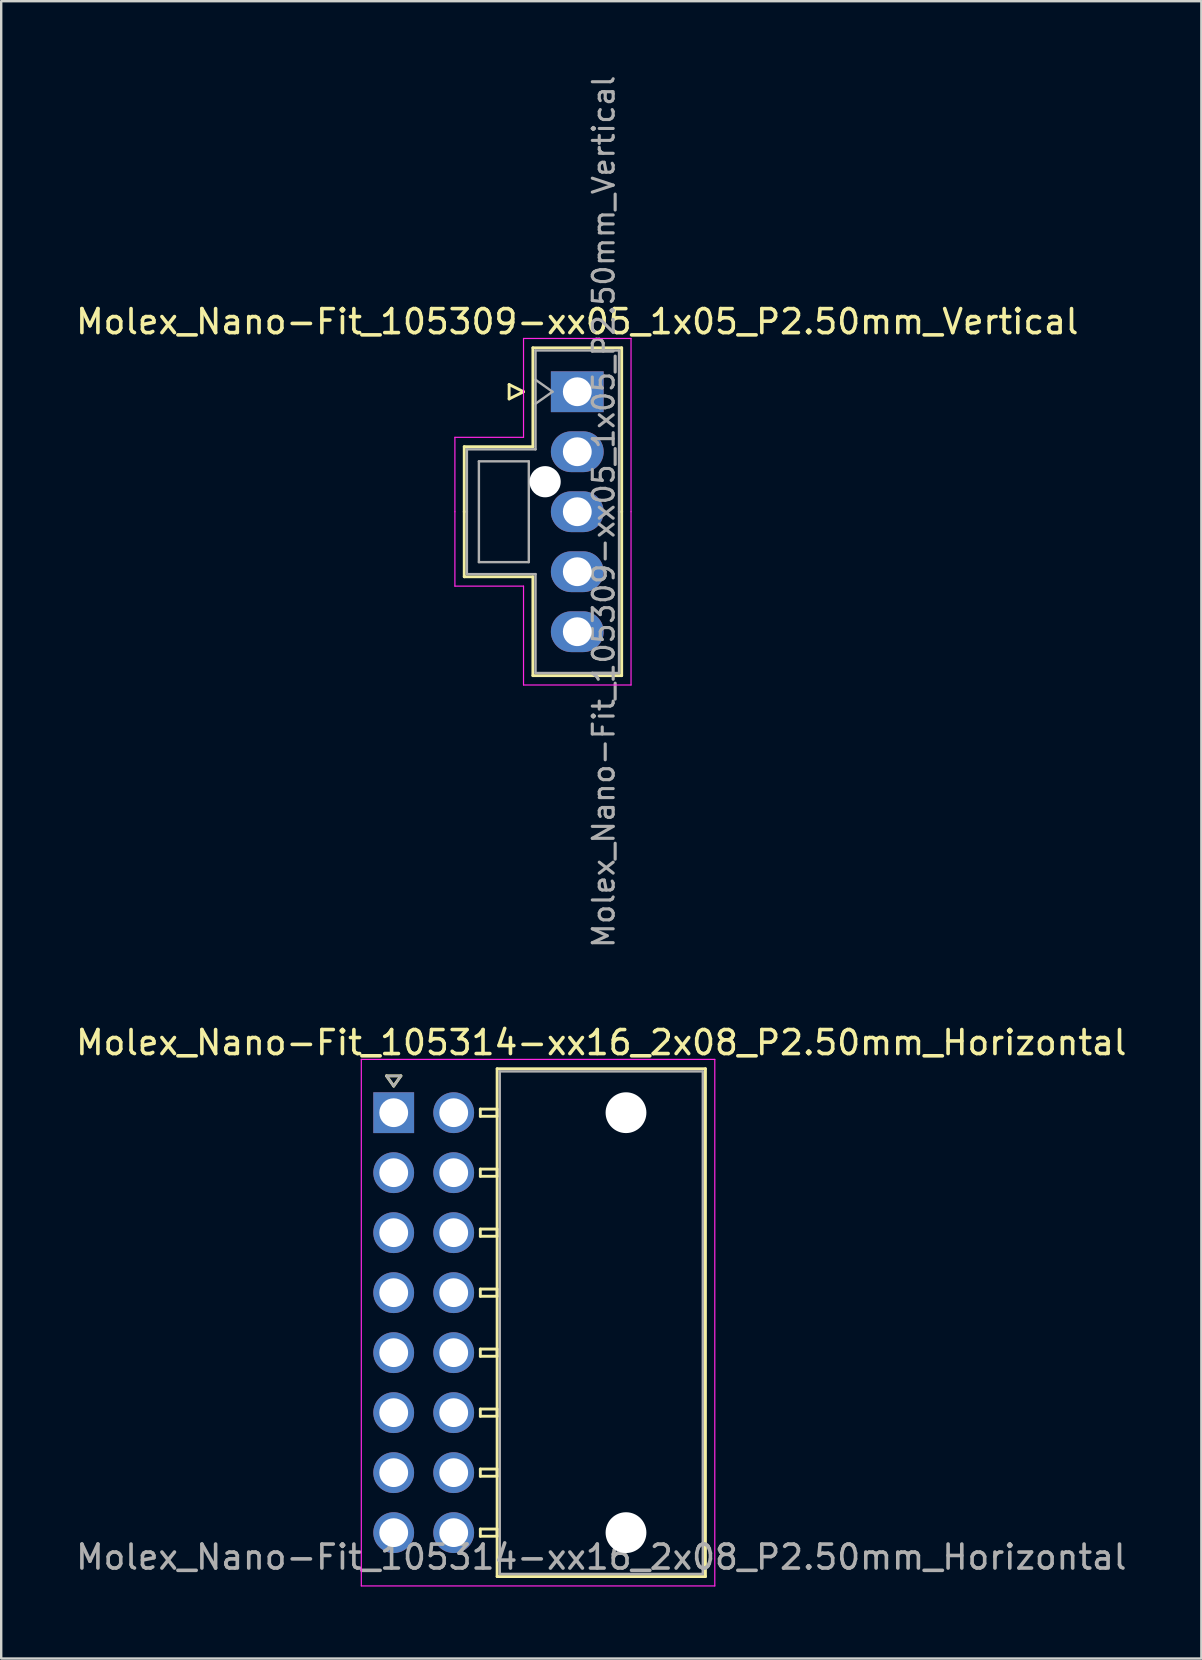
<source format=kicad_pcb>
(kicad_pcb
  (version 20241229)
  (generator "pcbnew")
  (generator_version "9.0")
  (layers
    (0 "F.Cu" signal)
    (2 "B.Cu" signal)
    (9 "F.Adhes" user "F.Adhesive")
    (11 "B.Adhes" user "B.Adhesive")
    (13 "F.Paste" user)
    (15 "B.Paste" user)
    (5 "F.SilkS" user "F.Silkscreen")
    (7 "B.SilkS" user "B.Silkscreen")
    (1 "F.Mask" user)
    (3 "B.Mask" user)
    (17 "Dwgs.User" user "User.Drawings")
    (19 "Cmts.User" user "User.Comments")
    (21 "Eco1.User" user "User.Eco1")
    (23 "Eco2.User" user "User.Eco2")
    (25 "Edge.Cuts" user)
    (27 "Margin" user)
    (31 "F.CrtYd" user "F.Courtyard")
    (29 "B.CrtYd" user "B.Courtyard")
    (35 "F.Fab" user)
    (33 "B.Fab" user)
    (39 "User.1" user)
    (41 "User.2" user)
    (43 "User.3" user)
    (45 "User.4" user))
  (footprint "Molex_Nano-Fit_105314-xx16_2x08_P2.50mm_Horizontal"
    (layer "F.Cu")
    (at 13.356 43.317)
    (property "Reference" "Molex_Nano-Fit_105314-xx16_2x08_P2.50mm_Horizontal" (at 8.65 -2.92 0) (layer "F.SilkS") (effects (font (size 1 1) (thickness 0.15))))
    (attr through_hole)
    (fp_line (start -0.3 -1.534) (end 0 -1.11) (stroke (width 0.12) (type solid)) (layer "F.SilkS"))
    (fp_line (start 0 -1.11) (end 0.3 -1.534) (stroke (width 0.12) (type solid)) (layer "F.SilkS"))
    (fp_line (start 0.3 -1.534) (end -0.3 -1.534) (stroke (width 0.12) (type solid)) (layer "F.SilkS"))
    (fp_line (start 3.61 -0.15) (end 3.61 0.15) (stroke (width 0.12) (type solid)) (layer "F.SilkS"))
    (fp_line (start 3.61 0.15) (end 4.31 0.15) (stroke (width 0.12) (type solid)) (layer "F.SilkS"))
    (fp_line (start 3.61 2.35) (end 3.61 2.65) (stroke (width 0.12) (type solid)) (layer "F.SilkS"))
    (fp_line (start 3.61 2.65) (end 4.31 2.65) (stroke (width 0.12) (type solid)) (layer "F.SilkS"))
    (fp_line (start 3.61 4.85) (end 3.61 5.15) (stroke (width 0.12) (type solid)) (layer "F.SilkS"))
    (fp_line (start 3.61 5.15) (end 4.31 5.15) (stroke (width 0.12) (type solid)) (layer "F.SilkS"))
    (fp_line (start 3.61 7.35) (end 3.61 7.65) (stroke (width 0.12) (type solid)) (layer "F.SilkS"))
    (fp_line (start 3.61 7.65) (end 4.31 7.65) (stroke (width 0.12) (type solid)) (layer "F.SilkS"))
    (fp_line (start 3.61 9.85) (end 3.61 10.15) (stroke (width 0.12) (type solid)) (layer "F.SilkS"))
    (fp_line (start 3.61 10.15) (end 4.31 10.15) (stroke (width 0.12) (type solid)) (layer "F.SilkS"))
    (fp_line (start 3.61 12.35) (end 3.61 12.65) (stroke (width 0.12) (type solid)) (layer "F.SilkS"))
    (fp_line (start 3.61 12.65) (end 4.31 12.65) (stroke (width 0.12) (type solid)) (layer "F.SilkS"))
    (fp_line (start 3.61 14.85) (end 3.61 15.15) (stroke (width 0.12) (type solid)) (layer "F.SilkS"))
    (fp_line (start 3.61 15.15) (end 4.31 15.15) (stroke (width 0.12) (type solid)) (layer "F.SilkS"))
    (fp_line (start 3.61 17.35) (end 3.61 17.65) (stroke (width 0.12) (type solid)) (layer "F.SilkS"))
    (fp_line (start 3.61 17.65) (end 4.31 17.65) (stroke (width 0.12) (type solid)) (layer "F.SilkS"))
    (fp_line (start 4.31 -1.83) (end 4.31 19.33) (stroke (width 0.12) (type solid)) (layer "F.SilkS"))
    (fp_line (start 4.31 -0.15) (end 3.61 -0.15) (stroke (width 0.12) (type solid)) (layer "F.SilkS"))
    (fp_line (start 4.31 0.15) (end 4.31 -0.15) (stroke (width 0.12) (type solid)) (layer "F.SilkS"))
    (fp_line (start 4.31 2.35) (end 3.61 2.35) (stroke (width 0.12) (type solid)) (layer "F.SilkS"))
    (fp_line (start 4.31 2.65) (end 4.31 2.35) (stroke (width 0.12) (type solid)) (layer "F.SilkS"))
    (fp_line (start 4.31 4.85) (end 3.61 4.85) (stroke (width 0.12) (type solid)) (layer "F.SilkS"))
    (fp_line (start 4.31 5.15) (end 4.31 4.85) (stroke (width 0.12) (type solid)) (layer "F.SilkS"))
    (fp_line (start 4.31 7.35) (end 3.61 7.35) (stroke (width 0.12) (type solid)) (layer "F.SilkS"))
    (fp_line (start 4.31 7.65) (end 4.31 7.35) (stroke (width 0.12) (type solid)) (layer "F.SilkS"))
    (fp_line (start 4.31 9.85) (end 3.61 9.85) (stroke (width 0.12) (type solid)) (layer "F.SilkS"))
    (fp_line (start 4.31 10.15) (end 4.31 9.85) (stroke (width 0.12) (type solid)) (layer "F.SilkS"))
    (fp_line (start 4.31 12.35) (end 3.61 12.35) (stroke (width 0.12) (type solid)) (layer "F.SilkS"))
    (fp_line (start 4.31 12.65) (end 4.31 12.35) (stroke (width 0.12) (type solid)) (layer "F.SilkS"))
    (fp_line (start 4.31 14.85) (end 3.61 14.85) (stroke (width 0.12) (type solid)) (layer "F.SilkS"))
    (fp_line (start 4.31 15.15) (end 4.31 14.85) (stroke (width 0.12) (type solid)) (layer "F.SilkS"))
    (fp_line (start 4.31 17.35) (end 3.61 17.35) (stroke (width 0.12) (type solid)) (layer "F.SilkS"))
    (fp_line (start 4.31 17.65) (end 4.31 17.35) (stroke (width 0.12) (type solid)) (layer "F.SilkS"))
    (fp_line (start 4.31 19.33) (end 12.99 19.33) (stroke (width 0.12) (type solid)) (layer "F.SilkS"))
    (fp_line (start 12.99 -1.83) (end 4.31 -1.83) (stroke (width 0.12) (type solid)) (layer "F.SilkS"))
    (fp_line (start 12.99 19.33) (end 12.99 -1.83) (stroke (width 0.12) (type solid)) (layer "F.SilkS"))
    (fp_line (start -1.35 -2.22) (end -1.35 19.72) (stroke (width 0.05) (type solid)) (layer "F.CrtYd"))
    (fp_line (start -1.35 19.72) (end 13.38 19.72) (stroke (width 0.05) (type solid)) (layer "F.CrtYd"))
    (fp_line (start 13.38 -2.22) (end -1.35 -2.22) (stroke (width 0.05) (type solid)) (layer "F.CrtYd"))
    (fp_line (start 13.38 19.72) (end 13.38 -2.22) (stroke (width 0.05) (type solid)) (layer "F.CrtYd"))
    (fp_line (start -0.3 -1.534) (end 0 -1.11) (stroke (width 0.1) (type solid)) (layer "F.Fab"))
    (fp_line (start 0 -1.11) (end 0.3 -1.534) (stroke (width 0.1) (type solid)) (layer "F.Fab"))
    (fp_line (start 0.3 -1.534) (end -0.3 -1.534) (stroke (width 0.1) (type solid)) (layer "F.Fab"))
    (fp_line (start 4.42 -1.72) (end 4.42 19.22) (stroke (width 0.1) (type solid)) (layer "F.Fab"))
    (fp_line (start 4.42 19.22) (end 12.88 19.22) (stroke (width 0.1) (type solid)) (layer "F.Fab"))
    (fp_line (start 12.88 -1.72) (end 4.42 -1.72) (stroke (width 0.1) (type solid)) (layer "F.Fab"))
    (fp_line (start 12.88 19.22) (end 12.88 -1.72) (stroke (width 0.1) (type solid)) (layer "F.Fab"))
    (fp_text user "${REFERENCE}" (at 8.65 18.52 0) (layer "F.Fab") (effects (font (size 1 1) (thickness 0.15))))
    (pad "" np_thru_hole circle (at 9.68 0) (size 1.7 1.7) (drill 1.7) (layers "*.Cu" "*.Mask"))
    (pad "" np_thru_hole circle (at 9.68 17.5) (size 1.7 1.7) (drill 1.7) (layers "*.Cu" "*.Mask"))
    (pad "1" thru_hole rect (at 0 0) (size 1.7 1.7) (drill 1.2) (layers "*.Cu" "*.Mask"))
    (pad "2" thru_hole circle (at 0 2.5) (size 1.7 1.7) (drill 1.2) (layers "*.Cu" "*.Mask"))
    (pad "3" thru_hole circle (at 0 5) (size 1.7 1.7) (drill 1.2) (layers "*.Cu" "*.Mask"))
    (pad "4" thru_hole circle (at 0 7.5) (size 1.7 1.7) (drill 1.2) (layers "*.Cu" "*.Mask"))
    (pad "5" thru_hole circle (at 0 10) (size 1.7 1.7) (drill 1.2) (layers "*.Cu" "*.Mask"))
    (pad "6" thru_hole circle (at 0 12.5) (size 1.7 1.7) (drill 1.2) (layers "*.Cu" "*.Mask"))
    (pad "7" thru_hole circle (at 0 15) (size 1.7 1.7) (drill 1.2) (layers "*.Cu" "*.Mask"))
    (pad "8" thru_hole circle (at 0 17.5) (size 1.7 1.7) (drill 1.2) (layers "*.Cu" "*.Mask"))
    (pad "9" thru_hole circle (at 2.5 0) (size 1.7 1.7) (drill 1.2) (layers "*.Cu" "*.Mask"))
    (pad "10" thru_hole circle (at 2.5 2.5) (size 1.7 1.7) (drill 1.2) (layers "*.Cu" "*.Mask"))
    (pad "11" thru_hole circle (at 2.5 5) (size 1.7 1.7) (drill 1.2) (layers "*.Cu" "*.Mask"))
    (pad "12" thru_hole circle (at 2.5 7.5) (size 1.7 1.7) (drill 1.2) (layers "*.Cu" "*.Mask"))
    (pad "13" thru_hole circle (at 2.5 10) (size 1.7 1.7) (drill 1.2) (layers "*.Cu" "*.Mask"))
    (pad "14" thru_hole circle (at 2.5 12.5) (size 1.7 1.7) (drill 1.2) (layers "*.Cu" "*.Mask"))
    (pad "15" thru_hole circle (at 2.5 15) (size 1.7 1.7) (drill 1.2) (layers "*.Cu" "*.Mask"))
    (pad "16" thru_hole circle (at 2.5 17.5) (size 1.7 1.7) (drill 1.2) (layers "*.Cu" "*.Mask")))
  (footprint "Molex_Nano-Fit_105309-xx05_1x05_P2.50mm_Vertical"
    (layer "F.Cu")
    (at 21.006 13.274)
    (property "Reference" "Molex_Nano-Fit_105309-xx05_1x05_P2.50mm_Vertical" (at 0 -2.92 0) (layer "F.SilkS") (effects (font (size 1 1) (thickness 0.15))))
    (attr through_hole)
    (fp_line (start -4.71 2.29) (end -4.71 5) (stroke (width 0.12) (type solid)) (layer "F.SilkS"))
    (fp_line (start -4.71 7.71) (end -4.71 5) (stroke (width 0.12) (type solid)) (layer "F.SilkS"))
    (fp_line (start -2.84 -0.3) (end -2.24 0) (stroke (width 0.12) (type solid)) (layer "F.SilkS"))
    (fp_line (start -2.84 0.3) (end -2.84 -0.3) (stroke (width 0.12) (type solid)) (layer "F.SilkS"))
    (fp_line (start -2.24 0) (end -2.84 0.3) (stroke (width 0.12) (type solid)) (layer "F.SilkS"))
    (fp_line (start -1.85 -1.83) (end -1.85 2.29) (stroke (width 0.12) (type solid)) (layer "F.SilkS"))
    (fp_line (start -1.85 2.29) (end -4.71 2.29) (stroke (width 0.12) (type solid)) (layer "F.SilkS"))
    (fp_line (start -1.85 7.71) (end -4.71 7.71) (stroke (width 0.12) (type solid)) (layer "F.SilkS"))
    (fp_line (start -1.85 11.83) (end -1.85 7.71) (stroke (width 0.12) (type solid)) (layer "F.SilkS"))
    (fp_line (start 1.85 -1.83) (end -1.85 -1.83) (stroke (width 0.12) (type solid)) (layer "F.SilkS"))
    (fp_line (start 1.85 5) (end 1.85 -1.83) (stroke (width 0.12) (type solid)) (layer "F.SilkS"))
    (fp_line (start 1.85 5) (end 1.85 11.83) (stroke (width 0.12) (type solid)) (layer "F.SilkS"))
    (fp_line (start 1.85 11.83) (end -1.85 11.83) (stroke (width 0.12) (type solid)) (layer "F.SilkS"))
    (fp_line (start -5.1 1.9) (end -5.1 5) (stroke (width 0.05) (type solid)) (layer "F.CrtYd"))
    (fp_line (start -5.1 8.1) (end -5.1 5) (stroke (width 0.05) (type solid)) (layer "F.CrtYd"))
    (fp_line (start -2.24 -2.22) (end -2.24 1.9) (stroke (width 0.05) (type solid)) (layer "F.CrtYd"))
    (fp_line (start -2.24 1.9) (end -5.1 1.9) (stroke (width 0.05) (type solid)) (layer "F.CrtYd"))
    (fp_line (start -2.24 8.1) (end -5.1 8.1) (stroke (width 0.05) (type solid)) (layer "F.CrtYd"))
    (fp_line (start -2.24 12.22) (end -2.24 8.1) (stroke (width 0.05) (type solid)) (layer "F.CrtYd"))
    (fp_line (start 2.24 -2.22) (end -2.24 -2.22) (stroke (width 0.05) (type solid)) (layer "F.CrtYd"))
    (fp_line (start 2.24 5) (end 2.24 -2.22) (stroke (width 0.05) (type solid)) (layer "F.CrtYd"))
    (fp_line (start 2.24 5) (end 2.24 12.22) (stroke (width 0.05) (type solid)) (layer "F.CrtYd"))
    (fp_line (start 2.24 12.22) (end -2.24 12.22) (stroke (width 0.05) (type solid)) (layer "F.CrtYd"))
    (fp_line (start -4.6 2.4) (end -4.6 5) (stroke (width 0.1) (type solid)) (layer "F.Fab"))
    (fp_line (start -4.6 7.6) (end -4.6 5) (stroke (width 0.1) (type solid)) (layer "F.Fab"))
    (fp_line (start -4.1 2.9) (end -4.1 7.1) (stroke (width 0.1) (type solid)) (layer "F.Fab"))
    (fp_line (start -4.1 7.1) (end -2.02 7.1) (stroke (width 0.1) (type solid)) (layer "F.Fab"))
    (fp_line (start -2.02 2.9) (end -4.1 2.9) (stroke (width 0.1) (type solid)) (layer "F.Fab"))
    (fp_line (start -2.02 7.1) (end -2.02 2.9) (stroke (width 0.1) (type solid)) (layer "F.Fab"))
    (fp_line (start -1.74 -1.72) (end -1.74 2.4) (stroke (width 0.1) (type solid)) (layer "F.Fab"))
    (fp_line (start -1.74 -0.5) (end -1.033 0) (stroke (width 0.1) (type solid)) (layer "F.Fab"))
    (fp_line (start -1.74 2.4) (end -4.6 2.4) (stroke (width 0.1) (type solid)) (layer "F.Fab"))
    (fp_line (start -1.74 7.6) (end -4.6 7.6) (stroke (width 0.1) (type solid)) (layer "F.Fab"))
    (fp_line (start -1.74 11.72) (end -1.74 7.6) (stroke (width 0.1) (type solid)) (layer "F.Fab"))
    (fp_line (start -1.033 0) (end -1.74 0.5) (stroke (width 0.1) (type solid)) (layer "F.Fab"))
    (fp_line (start 1.74 -1.72) (end -1.74 -1.72) (stroke (width 0.1) (type solid)) (layer "F.Fab"))
    (fp_line (start 1.74 5) (end 1.74 -1.72) (stroke (width 0.1) (type solid)) (layer "F.Fab"))
    (fp_line (start 1.74 5) (end 1.74 11.72) (stroke (width 0.1) (type solid)) (layer "F.Fab"))
    (fp_line (start 1.74 11.72) (end -1.74 11.72) (stroke (width 0.1) (type solid)) (layer "F.Fab"))
    (fp_text user "${REFERENCE}" (at 1.1 5 90) (layer "F.Fab") (effects (font (size 0.87 0.87) (thickness 0.13))))
    (pad "" np_thru_hole circle (at -1.34 3.75) (size 1.3 1.3) (drill 1.3) (layers "*.Cu" "*.Mask"))
    (pad "1" thru_hole rect (at 0 0) (size 2.2 1.7) (drill 1.2) (layers "*.Cu" "*.Mask"))
    (pad "2" thru_hole oval (at 0 2.5) (size 2.2 1.7) (drill 1.2) (layers "*.Cu" "*.Mask"))
    (pad "3" thru_hole oval (at 0 5) (size 2.2 1.7) (drill 1.2) (layers "*.Cu" "*.Mask"))
    (pad "4" thru_hole oval (at 0 7.5) (size 2.2 1.7) (drill 1.2) (layers "*.Cu" "*.Mask"))
    (pad "5" thru_hole oval (at 0 10) (size 2.2 1.7) (drill 1.2) (layers "*.Cu" "*.Mask")))
  (gr_rect
    (start -3 -3)
    (end 47.012 66.062)
    (stroke (width 0.1) (type default))
    (fill no)
    (layer "Edge.Cuts")))
</source>
